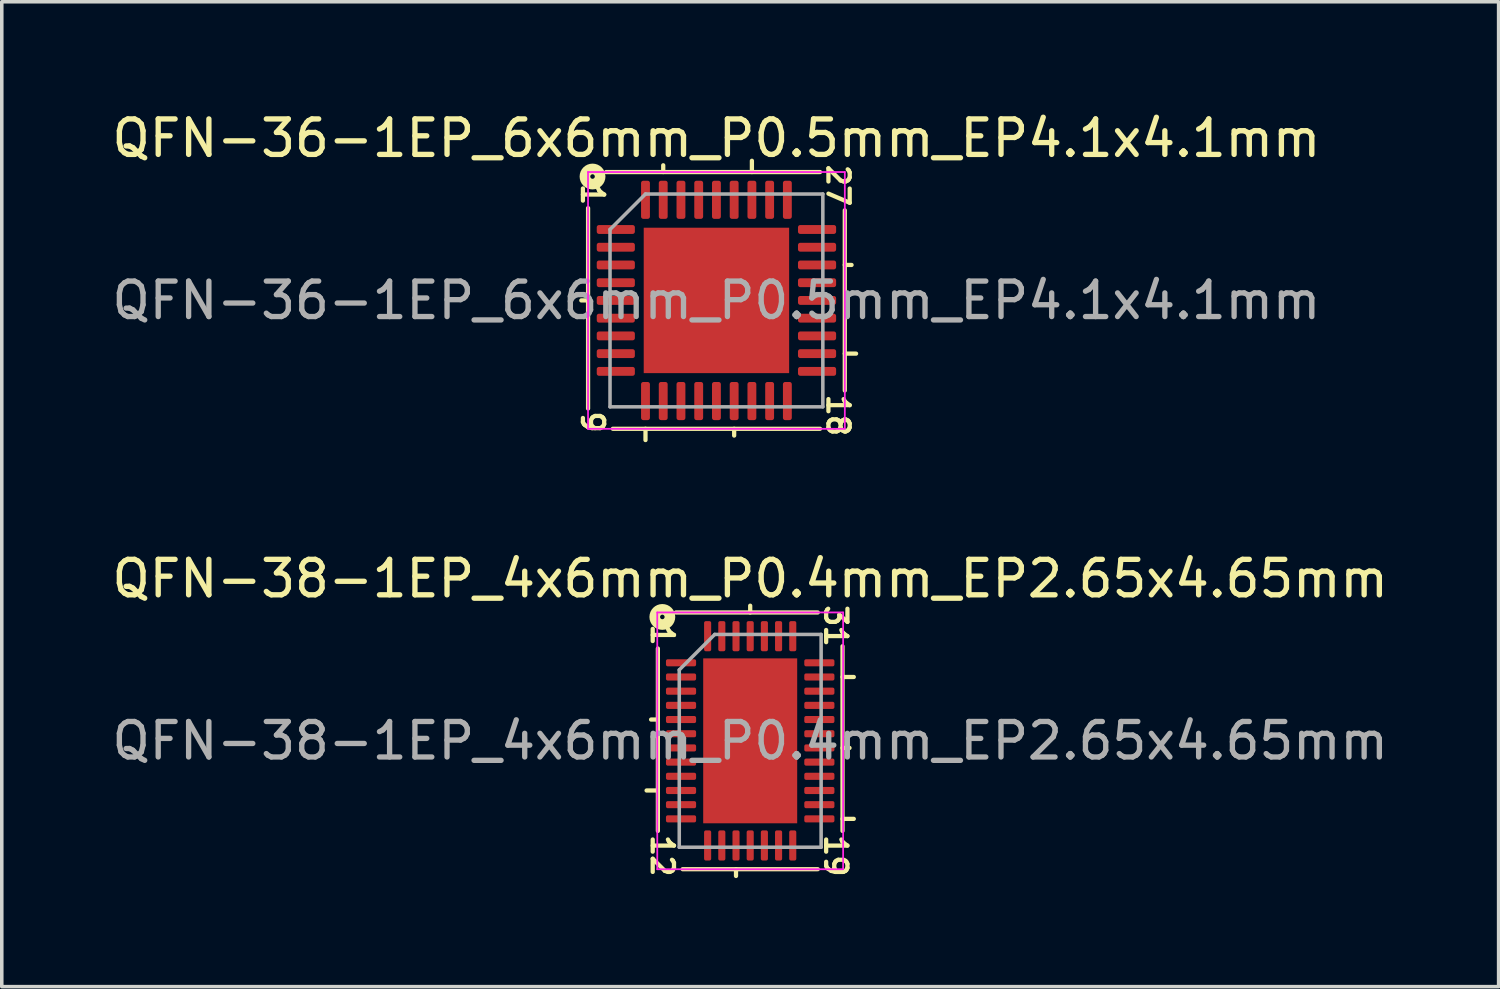
<source format=kicad_pcb>
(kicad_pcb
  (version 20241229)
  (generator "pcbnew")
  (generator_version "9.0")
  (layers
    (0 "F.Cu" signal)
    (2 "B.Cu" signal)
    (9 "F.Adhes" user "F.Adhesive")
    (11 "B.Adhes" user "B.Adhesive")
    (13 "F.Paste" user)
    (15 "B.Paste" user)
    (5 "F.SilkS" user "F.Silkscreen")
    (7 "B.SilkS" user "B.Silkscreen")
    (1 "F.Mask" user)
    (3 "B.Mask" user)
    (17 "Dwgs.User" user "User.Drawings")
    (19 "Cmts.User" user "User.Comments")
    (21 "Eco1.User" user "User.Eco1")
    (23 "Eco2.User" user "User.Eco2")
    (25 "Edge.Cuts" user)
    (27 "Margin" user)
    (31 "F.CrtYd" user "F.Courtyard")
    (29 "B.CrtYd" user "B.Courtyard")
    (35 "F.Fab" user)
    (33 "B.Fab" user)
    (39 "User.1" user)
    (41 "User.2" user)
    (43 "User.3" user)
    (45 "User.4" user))
  (footprint "QFN-36-1EP_6x6mm_P0.5mm_EP4.1x4.1mm"
    (layer "F.Cu")
    (at 17.149 5.42)
    (property "Reference" "QFN-36-1EP_6x6mm_P0.5mm_EP4.1x4.1mm" (at 0 -4.572 0) (layer "F.SilkS") (effects (font (size 1 1) (thickness 0.15))))
    (attr smd)
    (fp_line (start -3.619 -2.603) (end -3.619 3.048) (stroke (width 0.12) (type solid)) (layer "F.SilkS"))
    (fp_line (start -3.619 0) (end -3.81 0) (stroke (width 0.12) (type solid)) (layer "F.SilkS"))
    (fp_line (start -2.921 3.619) (end 2.921 3.619) (stroke (width 0.12) (type solid)) (layer "F.SilkS"))
    (fp_line (start -2 3.619) (end -2 3.937) (stroke (width 0.12) (type solid)) (layer "F.SilkS"))
    (fp_line (start -1.5 -3.619) (end -1.5 -3.81) (stroke (width 0.12) (type solid)) (layer "F.SilkS"))
    (fp_line (start 0.5 3.619) (end 0.5 3.81) (stroke (width 0.12) (type solid)) (layer "F.SilkS"))
    (fp_line (start 1 -3.619) (end 1 -3.937) (stroke (width 0.12) (type solid)) (layer "F.SilkS"))
    (fp_line (start 2.921 -3.619) (end -3.111 -3.619) (stroke (width 0.12) (type solid)) (layer "F.SilkS"))
    (fp_line (start 3.619 -1) (end 3.81 -1) (stroke (width 0.12) (type solid)) (layer "F.SilkS"))
    (fp_line (start 3.619 1.5) (end 3.937 1.5) (stroke (width 0.12) (type solid)) (layer "F.SilkS"))
    (fp_line (start 3.619 2.54) (end 3.619 -2.54) (stroke (width 0.12) (type solid)) (layer "F.SilkS"))
    (fp_circle (center -3.493 -3.493) (end -3.429 -3.493) (stroke (width 0.3) (type solid)) (fill no) (layer "F.SilkS"))
    (fp_line (start -3.62 -3.62) (end -3.62 3.62) (stroke (width 0.05) (type solid)) (layer "F.CrtYd"))
    (fp_line (start -3.62 3.62) (end 3.62 3.62) (stroke (width 0.05) (type solid)) (layer "F.CrtYd"))
    (fp_line (start 3.62 -3.62) (end -3.62 -3.62) (stroke (width 0.05) (type solid)) (layer "F.CrtYd"))
    (fp_line (start 3.62 3.62) (end 3.62 -3.62) (stroke (width 0.05) (type solid)) (layer "F.CrtYd"))
    (fp_line (start -3 -2) (end -2 -3) (stroke (width 0.1) (type solid)) (layer "F.Fab"))
    (fp_line (start -3 3) (end -3 -2) (stroke (width 0.1) (type solid)) (layer "F.Fab"))
    (fp_line (start -2 -3) (end 3 -3) (stroke (width 0.1) (type solid)) (layer "F.Fab"))
    (fp_line (start 3 -3) (end 3 3) (stroke (width 0.1) (type solid)) (layer "F.Fab"))
    (fp_line (start 3 3) (end -3 3) (stroke (width 0.1) (type solid)) (layer "F.Fab"))
    (fp_text user "9" (at -3.493 3.429 270) (unlocked yes) (layer "F.SilkS") (effects (font (size 0.6 0.6) (thickness 0.12))))
    (fp_text user "27" (at 3.429 -3.239 270) (unlocked yes) (layer "F.SilkS") (effects (font (size 0.6 0.6) (thickness 0.12))))
    (fp_text user "1" (at -3.493 -2.985 270) (unlocked yes) (layer "F.SilkS") (effects (font (size 0.6 0.6) (thickness 0.12))))
    (fp_text user "18" (at 3.429 3.239 270) (unlocked yes) (layer "F.SilkS") (effects (font (size 0.6 0.6) (thickness 0.12))))
    (fp_text user "${REFERENCE}" (at 0 0 0) (layer "F.Fab") (effects (font (size 1 1) (thickness 0.15))))
    (pad "" smd roundrect (at -1.37 -1.37) (size 1.1 1.1) (layers "F.Paste") (roundrect_rratio 0.227))
    (pad "" smd roundrect (at -1.37 0) (size 1.1 1.1) (layers "F.Paste") (roundrect_rratio 0.227))
    (pad "" smd roundrect (at -1.37 1.37) (size 1.1 1.1) (layers "F.Paste") (roundrect_rratio 0.227))
    (pad "" smd roundrect (at 0 -1.37) (size 1.1 1.1) (layers "F.Paste") (roundrect_rratio 0.227))
    (pad "" smd roundrect (at 0 0) (size 1.1 1.1) (layers "F.Paste") (roundrect_rratio 0.227))
    (pad "" smd roundrect (at 0 1.37) (size 1.1 1.1) (layers "F.Paste") (roundrect_rratio 0.227))
    (pad "" smd roundrect (at 1.37 -1.37) (size 1.1 1.1) (layers "F.Paste") (roundrect_rratio 0.227))
    (pad "" smd roundrect (at 1.37 0) (size 1.1 1.1) (layers "F.Paste") (roundrect_rratio 0.227))
    (pad "" smd roundrect (at 1.37 1.37) (size 1.1 1.1) (layers "F.Paste") (roundrect_rratio 0.227))
    (pad "1" smd roundrect (at -2.837 -2) (size 1.075 0.25) (layers "F.Cu" "F.Mask" "F.Paste") (roundrect_rratio 0.25))
    (pad "2" smd roundrect (at -2.837 -1.5) (size 1.075 0.25) (layers "F.Cu" "F.Mask" "F.Paste") (roundrect_rratio 0.25))
    (pad "3" smd roundrect (at -2.837 -1) (size 1.075 0.25) (layers "F.Cu" "F.Mask" "F.Paste") (roundrect_rratio 0.25))
    (pad "4" smd roundrect (at -2.837 -0.5) (size 1.075 0.25) (layers "F.Cu" "F.Mask" "F.Paste") (roundrect_rratio 0.25))
    (pad "5" smd roundrect (at -2.837 0) (size 1.075 0.25) (layers "F.Cu" "F.Mask" "F.Paste") (roundrect_rratio 0.25))
    (pad "6" smd roundrect (at -2.837 0.5) (size 1.075 0.25) (layers "F.Cu" "F.Mask" "F.Paste") (roundrect_rratio 0.25))
    (pad "7" smd roundrect (at -2.837 1) (size 1.075 0.25) (layers "F.Cu" "F.Mask" "F.Paste") (roundrect_rratio 0.25))
    (pad "8" smd roundrect (at -2.837 1.5) (size 1.075 0.25) (layers "F.Cu" "F.Mask" "F.Paste") (roundrect_rratio 0.25))
    (pad "9" smd roundrect (at -2.837 2) (size 1.075 0.25) (layers "F.Cu" "F.Mask" "F.Paste") (roundrect_rratio 0.25))
    (pad "10" smd roundrect (at -2 2.837) (size 0.25 1.075) (layers "F.Cu" "F.Mask" "F.Paste") (roundrect_rratio 0.25))
    (pad "11" smd roundrect (at -1.5 2.837) (size 0.25 1.075) (layers "F.Cu" "F.Mask" "F.Paste") (roundrect_rratio 0.25))
    (pad "12" smd roundrect (at -1 2.837) (size 0.25 1.075) (layers "F.Cu" "F.Mask" "F.Paste") (roundrect_rratio 0.25))
    (pad "13" smd roundrect (at -0.5 2.837) (size 0.25 1.075) (layers "F.Cu" "F.Mask" "F.Paste") (roundrect_rratio 0.25))
    (pad "14" smd roundrect (at 0 2.837) (size 0.25 1.075) (layers "F.Cu" "F.Mask" "F.Paste") (roundrect_rratio 0.25))
    (pad "15" smd roundrect (at 0.5 2.837) (size 0.25 1.075) (layers "F.Cu" "F.Mask" "F.Paste") (roundrect_rratio 0.25))
    (pad "16" smd roundrect (at 1 2.837) (size 0.25 1.075) (layers "F.Cu" "F.Mask" "F.Paste") (roundrect_rratio 0.25))
    (pad "17" smd roundrect (at 1.5 2.837) (size 0.25 1.075) (layers "F.Cu" "F.Mask" "F.Paste") (roundrect_rratio 0.25))
    (pad "18" smd roundrect (at 2 2.837) (size 0.25 1.075) (layers "F.Cu" "F.Mask" "F.Paste") (roundrect_rratio 0.25))
    (pad "19" smd roundrect (at 2.837 2) (size 1.075 0.25) (layers "F.Cu" "F.Mask" "F.Paste") (roundrect_rratio 0.25))
    (pad "20" smd roundrect (at 2.837 1.5) (size 1.075 0.25) (layers "F.Cu" "F.Mask" "F.Paste") (roundrect_rratio 0.25))
    (pad "21" smd roundrect (at 2.837 1) (size 1.075 0.25) (layers "F.Cu" "F.Mask" "F.Paste") (roundrect_rratio 0.25))
    (pad "22" smd roundrect (at 2.837 0.5) (size 1.075 0.25) (layers "F.Cu" "F.Mask" "F.Paste") (roundrect_rratio 0.25))
    (pad "23" smd roundrect (at 2.837 0) (size 1.075 0.25) (layers "F.Cu" "F.Mask" "F.Paste") (roundrect_rratio 0.25))
    (pad "24" smd roundrect (at 2.837 -0.5) (size 1.075 0.25) (layers "F.Cu" "F.Mask" "F.Paste") (roundrect_rratio 0.25))
    (pad "25" smd roundrect (at 2.837 -1) (size 1.075 0.25) (layers "F.Cu" "F.Mask" "F.Paste") (roundrect_rratio 0.25))
    (pad "26" smd roundrect (at 2.837 -1.5) (size 1.075 0.25) (layers "F.Cu" "F.Mask" "F.Paste") (roundrect_rratio 0.25))
    (pad "27" smd roundrect (at 2.837 -2) (size 1.075 0.25) (layers "F.Cu" "F.Mask" "F.Paste") (roundrect_rratio 0.25))
    (pad "28" smd roundrect (at 2 -2.837) (size 0.25 1.075) (layers "F.Cu" "F.Mask" "F.Paste") (roundrect_rratio 0.25))
    (pad "29" smd roundrect (at 1.5 -2.837) (size 0.25 1.075) (layers "F.Cu" "F.Mask" "F.Paste") (roundrect_rratio 0.25))
    (pad "30" smd roundrect (at 1 -2.837) (size 0.25 1.075) (layers "F.Cu" "F.Mask" "F.Paste") (roundrect_rratio 0.25))
    (pad "31" smd roundrect (at 0.5 -2.837) (size 0.25 1.075) (layers "F.Cu" "F.Mask" "F.Paste") (roundrect_rratio 0.25))
    (pad "32" smd roundrect (at 0 -2.837) (size 0.25 1.075) (layers "F.Cu" "F.Mask" "F.Paste") (roundrect_rratio 0.25))
    (pad "33" smd roundrect (at -0.5 -2.837) (size 0.25 1.075) (layers "F.Cu" "F.Mask" "F.Paste") (roundrect_rratio 0.25))
    (pad "34" smd roundrect (at -1 -2.837) (size 0.25 1.075) (layers "F.Cu" "F.Mask" "F.Paste") (roundrect_rratio 0.25))
    (pad "35" smd roundrect (at -1.5 -2.837) (size 0.25 1.075) (layers "F.Cu" "F.Mask" "F.Paste") (roundrect_rratio 0.25))
    (pad "36" smd roundrect (at -2 -2.837) (size 0.25 1.075) (layers "F.Cu" "F.Mask" "F.Paste") (roundrect_rratio 0.25))
    (pad "37" smd rect (at 0 0) (size 4.1 4.1) (layers "F.Cu" "F.Mask")))
  (footprint "QFN-38-1EP_4x6mm_P0.4mm_EP2.65x4.65mm"
    (layer "F.Cu")
    (at 18.101 17.837)
    (property "Reference" "QFN-38-1EP_4x6mm_P0.4mm_EP2.65x4.65mm" (at 0 -4.572 0) (layer "F.SilkS") (effects (font (size 1 1) (thickness 0.15))))
    (attr smd)
    (fp_line (start -2.921 1.4) (end -2.603 1.4) (stroke (width 0.12) (type solid)) (layer "F.SilkS"))
    (fp_line (start -2.603 -2.603) (end -2.603 2.54) (stroke (width 0.12) (type solid)) (layer "F.SilkS"))
    (fp_line (start -2.603 -0.6) (end -2.794 -0.6) (stroke (width 0.12) (type solid)) (layer "F.SilkS"))
    (fp_line (start -1.905 3.619) (end 1.905 3.619) (stroke (width 0.12) (type solid)) (layer "F.SilkS"))
    (fp_line (start -0.4 3.81) (end -0.4 3.619) (stroke (width 0.12) (type solid)) (layer "F.SilkS"))
    (fp_line (start 0 -3.619) (end 0 -3.81) (stroke (width 0.12) (type solid)) (layer "F.SilkS"))
    (fp_line (start 1.905 -3.619) (end -2.095 -3.619) (stroke (width 0.12) (type solid)) (layer "F.SilkS"))
    (fp_line (start 2.603 -1.8) (end 2.921 -1.8) (stroke (width 0.12) (type solid)) (layer "F.SilkS"))
    (fp_line (start 2.603 0.2) (end 2.8 0.2) (stroke (width 0.12) (type solid)) (layer "F.SilkS"))
    (fp_line (start 2.603 2.2) (end 2.921 2.2) (stroke (width 0.12) (type solid)) (layer "F.SilkS"))
    (fp_line (start 2.603 2.54) (end 2.603 -2.667) (stroke (width 0.12) (type solid)) (layer "F.SilkS"))
    (fp_circle (center -2.477 -3.493) (end -2.413 -3.493) (stroke (width 0.3) (type solid)) (fill no) (layer "F.SilkS"))
    (fp_line (start -2.62 -3.62) (end -2.62 3.62) (stroke (width 0.05) (type solid)) (layer "F.CrtYd"))
    (fp_line (start -2.62 3.62) (end 2.62 3.62) (stroke (width 0.05) (type solid)) (layer "F.CrtYd"))
    (fp_line (start 2.62 -3.62) (end -2.62 -3.62) (stroke (width 0.05) (type solid)) (layer "F.CrtYd"))
    (fp_line (start 2.62 3.62) (end 2.62 -3.62) (stroke (width 0.05) (type solid)) (layer "F.CrtYd"))
    (fp_line (start -2 -2) (end -1 -3) (stroke (width 0.1) (type solid)) (layer "F.Fab"))
    (fp_line (start -2 3) (end -2 -2) (stroke (width 0.1) (type solid)) (layer "F.Fab"))
    (fp_line (start -1 -3) (end 2 -3) (stroke (width 0.1) (type solid)) (layer "F.Fab"))
    (fp_line (start 2 -3) (end 2 3) (stroke (width 0.1) (type solid)) (layer "F.Fab"))
    (fp_line (start 2 3) (end -2 3) (stroke (width 0.1) (type solid)) (layer "F.Fab"))
    (fp_text user "19" (at 2.413 3.239 270) (unlocked yes) (layer "F.SilkS") (effects (font (size 0.6 0.6) (thickness 0.12))))
    (fp_text user "12" (at -2.477 3.239 270) (unlocked yes) (layer "F.SilkS") (effects (font (size 0.6 0.6) (thickness 0.12))))
    (fp_text user "1" (at -2.477 -2.985 270) (unlocked yes) (layer "F.SilkS") (effects (font (size 0.6 0.6) (thickness 0.12))))
    (fp_text user "31" (at 2.413 -3.239 270) (unlocked yes) (layer "F.SilkS") (effects (font (size 0.6 0.6) (thickness 0.12))))
    (fp_text user "${REFERENCE}" (at 0 0 0) (layer "F.Fab") (effects (font (size 1 1) (thickness 0.15))))
    (pad "" smd roundrect (at -0.66 -1.74) (size 1.07 0.94) (layers "F.Paste") (roundrect_rratio 0.25))
    (pad "" smd roundrect (at -0.66 -0.58) (size 1.07 0.94) (layers "F.Paste") (roundrect_rratio 0.25))
    (pad "" smd roundrect (at -0.66 0.58) (size 1.07 0.94) (layers "F.Paste") (roundrect_rratio 0.25))
    (pad "" smd roundrect (at -0.66 1.74) (size 1.07 0.94) (layers "F.Paste") (roundrect_rratio 0.25))
    (pad "" smd roundrect (at 0.66 -1.74) (size 1.07 0.94) (layers "F.Paste") (roundrect_rratio 0.25))
    (pad "" smd roundrect (at 0.66 -0.58) (size 1.07 0.94) (layers "F.Paste") (roundrect_rratio 0.25))
    (pad "" smd roundrect (at 0.66 0.58) (size 1.07 0.94) (layers "F.Paste") (roundrect_rratio 0.25))
    (pad "" smd roundrect (at 0.66 1.74) (size 1.07 0.94) (layers "F.Paste") (roundrect_rratio 0.25))
    (pad "1" smd roundrect (at -1.95 -2.2) (size 0.85 0.2) (layers "F.Cu" "F.Mask" "F.Paste") (roundrect_rratio 0.25))
    (pad "2" smd roundrect (at -1.95 -1.8) (size 0.85 0.2) (layers "F.Cu" "F.Mask" "F.Paste") (roundrect_rratio 0.25))
    (pad "3" smd roundrect (at -1.95 -1.4) (size 0.85 0.2) (layers "F.Cu" "F.Mask" "F.Paste") (roundrect_rratio 0.25))
    (pad "4" smd roundrect (at -1.95 -1) (size 0.85 0.2) (layers "F.Cu" "F.Mask" "F.Paste") (roundrect_rratio 0.25))
    (pad "5" smd roundrect (at -1.95 -0.6) (size 0.85 0.2) (layers "F.Cu" "F.Mask" "F.Paste") (roundrect_rratio 0.25))
    (pad "6" smd roundrect (at -1.95 -0.2) (size 0.85 0.2) (layers "F.Cu" "F.Mask" "F.Paste") (roundrect_rratio 0.25))
    (pad "7" smd roundrect (at -1.95 0.2) (size 0.85 0.2) (layers "F.Cu" "F.Mask" "F.Paste") (roundrect_rratio 0.25))
    (pad "8" smd roundrect (at -1.95 0.6) (size 0.85 0.2) (layers "F.Cu" "F.Mask" "F.Paste") (roundrect_rratio 0.25))
    (pad "9" smd roundrect (at -1.95 1) (size 0.85 0.2) (layers "F.Cu" "F.Mask" "F.Paste") (roundrect_rratio 0.25))
    (pad "10" smd roundrect (at -1.95 1.4) (size 0.85 0.2) (layers "F.Cu" "F.Mask" "F.Paste") (roundrect_rratio 0.25))
    (pad "11" smd roundrect (at -1.95 1.8) (size 0.85 0.2) (layers "F.Cu" "F.Mask" "F.Paste") (roundrect_rratio 0.25))
    (pad "12" smd roundrect (at -1.95 2.2) (size 0.85 0.2) (layers "F.Cu" "F.Mask" "F.Paste") (roundrect_rratio 0.25))
    (pad "13" smd roundrect (at -1.2 2.95) (size 0.2 0.85) (layers "F.Cu" "F.Mask" "F.Paste") (roundrect_rratio 0.25))
    (pad "14" smd roundrect (at -0.8 2.95) (size 0.2 0.85) (layers "F.Cu" "F.Mask" "F.Paste") (roundrect_rratio 0.25))
    (pad "15" smd roundrect (at -0.4 2.95) (size 0.2 0.85) (layers "F.Cu" "F.Mask" "F.Paste") (roundrect_rratio 0.25))
    (pad "16" smd roundrect (at 0 2.95) (size 0.2 0.85) (layers "F.Cu" "F.Mask" "F.Paste") (roundrect_rratio 0.25))
    (pad "17" smd roundrect (at 0.4 2.95) (size 0.2 0.85) (layers "F.Cu" "F.Mask" "F.Paste") (roundrect_rratio 0.25))
    (pad "18" smd roundrect (at 0.8 2.95) (size 0.2 0.85) (layers "F.Cu" "F.Mask" "F.Paste") (roundrect_rratio 0.25))
    (pad "19" smd roundrect (at 1.2 2.95) (size 0.2 0.85) (layers "F.Cu" "F.Mask" "F.Paste") (roundrect_rratio 0.25))
    (pad "20" smd roundrect (at 1.95 2.2) (size 0.85 0.2) (layers "F.Cu" "F.Mask" "F.Paste") (roundrect_rratio 0.25))
    (pad "21" smd roundrect (at 1.95 1.8) (size 0.85 0.2) (layers "F.Cu" "F.Mask" "F.Paste") (roundrect_rratio 0.25))
    (pad "22" smd roundrect (at 1.95 1.4) (size 0.85 0.2) (layers "F.Cu" "F.Mask" "F.Paste") (roundrect_rratio 0.25))
    (pad "23" smd roundrect (at 1.95 1) (size 0.85 0.2) (layers "F.Cu" "F.Mask" "F.Paste") (roundrect_rratio 0.25))
    (pad "24" smd roundrect (at 1.95 0.6) (size 0.85 0.2) (layers "F.Cu" "F.Mask" "F.Paste") (roundrect_rratio 0.25))
    (pad "25" smd roundrect (at 1.95 0.2) (size 0.85 0.2) (layers "F.Cu" "F.Mask" "F.Paste") (roundrect_rratio 0.25))
    (pad "26" smd roundrect (at 1.95 -0.2) (size 0.85 0.2) (layers "F.Cu" "F.Mask" "F.Paste") (roundrect_rratio 0.25))
    (pad "27" smd roundrect (at 1.95 -0.6) (size 0.85 0.2) (layers "F.Cu" "F.Mask" "F.Paste") (roundrect_rratio 0.25))
    (pad "28" smd roundrect (at 1.95 -1) (size 0.85 0.2) (layers "F.Cu" "F.Mask" "F.Paste") (roundrect_rratio 0.25))
    (pad "29" smd roundrect (at 1.95 -1.4) (size 0.85 0.2) (layers "F.Cu" "F.Mask" "F.Paste") (roundrect_rratio 0.25))
    (pad "30" smd roundrect (at 1.95 -1.8) (size 0.85 0.2) (layers "F.Cu" "F.Mask" "F.Paste") (roundrect_rratio 0.25))
    (pad "31" smd roundrect (at 1.95 -2.2) (size 0.85 0.2) (layers "F.Cu" "F.Mask" "F.Paste") (roundrect_rratio 0.25))
    (pad "32" smd roundrect (at 1.2 -2.95) (size 0.2 0.85) (layers "F.Cu" "F.Mask" "F.Paste") (roundrect_rratio 0.25))
    (pad "33" smd roundrect (at 0.8 -2.95) (size 0.2 0.85) (layers "F.Cu" "F.Mask" "F.Paste") (roundrect_rratio 0.25))
    (pad "34" smd roundrect (at 0.4 -2.95) (size 0.2 0.85) (layers "F.Cu" "F.Mask" "F.Paste") (roundrect_rratio 0.25))
    (pad "35" smd roundrect (at 0 -2.95) (size 0.2 0.85) (layers "F.Cu" "F.Mask" "F.Paste") (roundrect_rratio 0.25))
    (pad "36" smd roundrect (at -0.4 -2.95) (size 0.2 0.85) (layers "F.Cu" "F.Mask" "F.Paste") (roundrect_rratio 0.25))
    (pad "37" smd roundrect (at -0.8 -2.95) (size 0.2 0.85) (layers "F.Cu" "F.Mask" "F.Paste") (roundrect_rratio 0.25))
    (pad "38" smd roundrect (at -1.2 -2.95) (size 0.2 0.85) (layers "F.Cu" "F.Mask" "F.Paste") (roundrect_rratio 0.25))
    (pad "39" smd rect (at 0 0) (size 2.65 4.65) (layers "F.Cu" "F.Mask")))
  (gr_rect
    (start -3 -3)
    (end 39.202 24.767)
    (stroke (width 0.1) (type default))
    (fill no)
    (layer "Edge.Cuts")))
</source>
